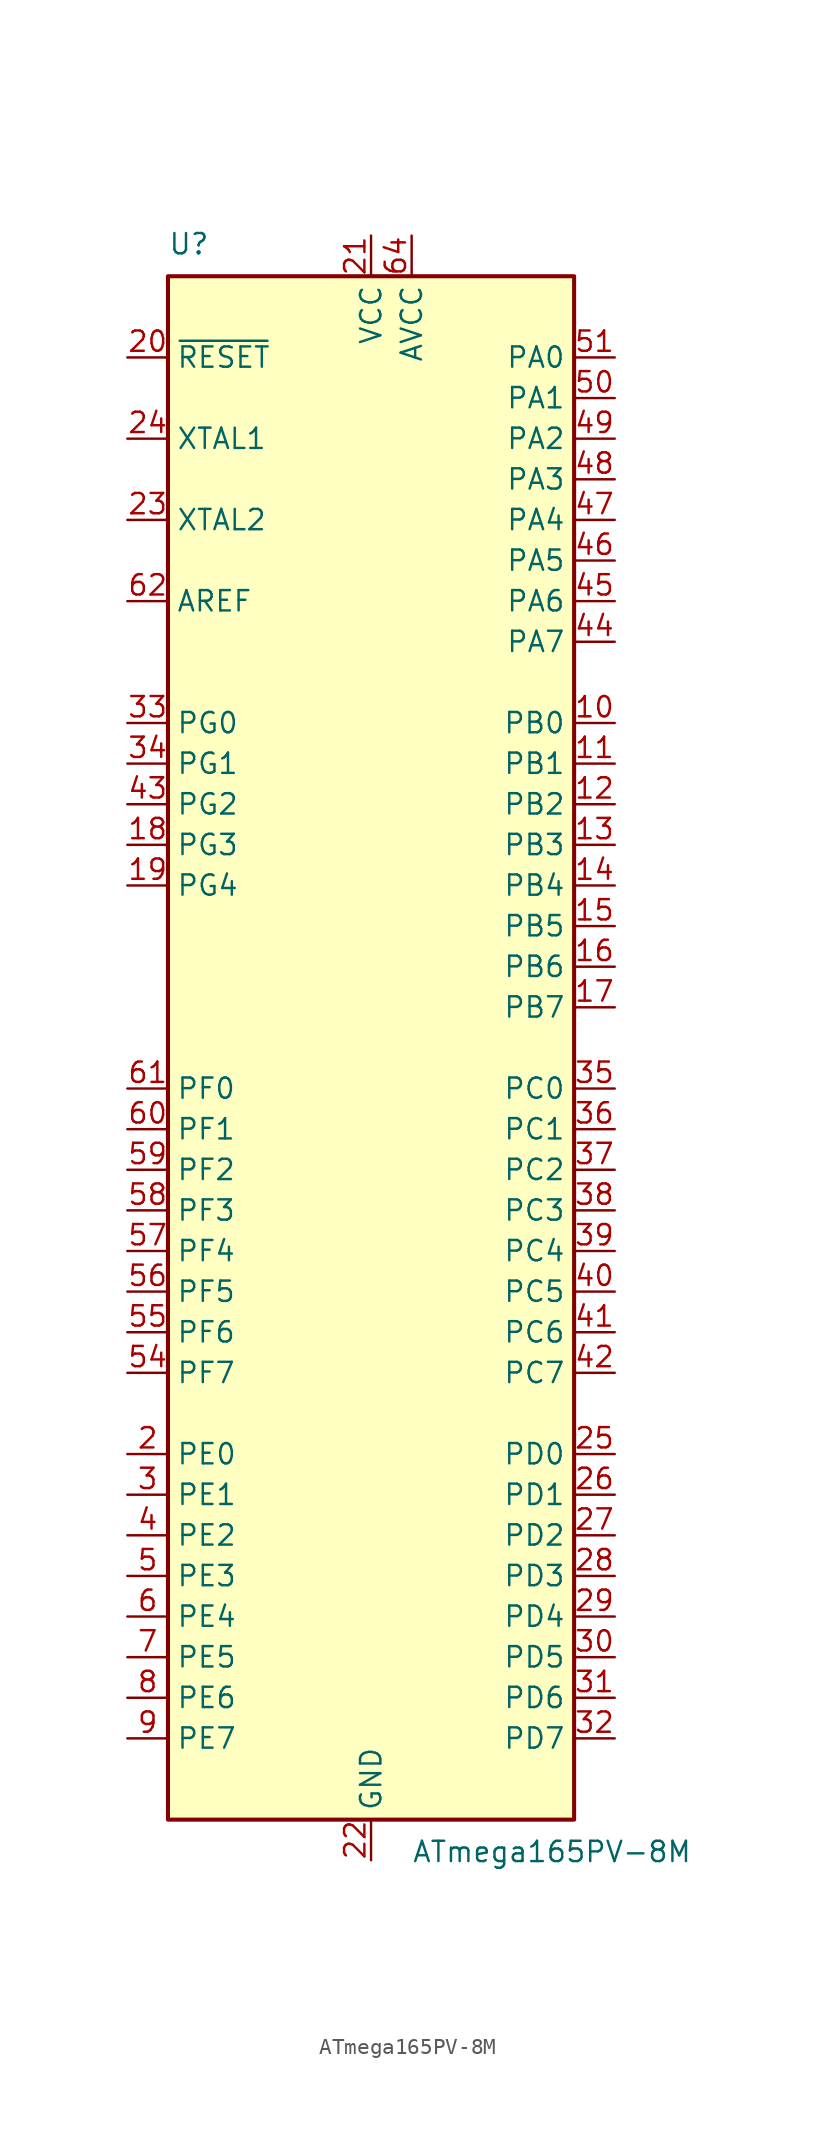
<source format=kicad_sym>
(kicad_symbol_lib
  (version 20220914)
  (generator kicad_symbol_editor)
  (symbol "ATmega165PV-8M"
    (property "Reference" "U"
      (at -12.7 49.53 0)
      (effects (font (size 1.27 1.27)) (justify left bottom)))
    (property "Value" "ATmega165PV-8M"
      (at 2.54 -49.53 0)
      (effects (font (size 1.27 1.27)) (justify left top)))
    (symbol "ATmega165PV-8M_0_1"
      (rectangle (start -12.7 -48.26) (end 12.7 48.26) (stroke (width 0.254) (type default)) (fill (type background))))
    (symbol "ATmega165PV-8M_1_1"
      (pin no_connect line (at -12.7 -45.72 0) (length 2.54) hide (name "NC" (effects (font (size 1.27 1.27)))) (number "1" (effects (font (size 1.27 1.27)))))
      (pin bidirectional line (at 15.24 20.32 180) (length 2.54) (name "PB0" (effects (font (size 1.27 1.27)))) (number "10" (effects (font (size 1.27 1.27)))))
      (pin bidirectional line (at 15.24 17.78 180) (length 2.54) (name "PB1" (effects (font (size 1.27 1.27)))) (number "11" (effects (font (size 1.27 1.27)))))
      (pin bidirectional line (at 15.24 15.24 180) (length 2.54) (name "PB2" (effects (font (size 1.27 1.27)))) (number "12" (effects (font (size 1.27 1.27)))))
      (pin bidirectional line (at 15.24 12.7 180) (length 2.54) (name "PB3" (effects (font (size 1.27 1.27)))) (number "13" (effects (font (size 1.27 1.27)))))
      (pin bidirectional line (at 15.24 10.16 180) (length 2.54) (name "PB4" (effects (font (size 1.27 1.27)))) (number "14" (effects (font (size 1.27 1.27)))))
      (pin bidirectional line (at 15.24 7.62 180) (length 2.54) (name "PB5" (effects (font (size 1.27 1.27)))) (number "15" (effects (font (size 1.27 1.27)))))
      (pin bidirectional line (at 15.24 5.08 180) (length 2.54) (name "PB6" (effects (font (size 1.27 1.27)))) (number "16" (effects (font (size 1.27 1.27)))))
      (pin bidirectional line (at 15.24 2.54 180) (length 2.54) (name "PB7" (effects (font (size 1.27 1.27)))) (number "17" (effects (font (size 1.27 1.27)))))
      (pin bidirectional line (at -15.24 12.7 0) (length 2.54) (name "PG3" (effects (font (size 1.27 1.27)))) (number "18" (effects (font (size 1.27 1.27)))))
      (pin bidirectional line (at -15.24 10.16 0) (length 2.54) (name "PG4" (effects (font (size 1.27 1.27)))) (number "19" (effects (font (size 1.27 1.27)))))
      (pin bidirectional line (at -15.24 -25.4 0) (length 2.54) (name "PE0" (effects (font (size 1.27 1.27)))) (number "2" (effects (font (size 1.27 1.27)))))
      (pin input line (at -15.24 43.18 0) (length 2.54) (name "~{RESET}" (effects (font (size 1.27 1.27)))) (number "20" (effects (font (size 1.27 1.27)))))
      (pin power_in line (at 0 50.8 270) (length 2.54) (name "VCC" (effects (font (size 1.27 1.27)))) (number "21" (effects (font (size 1.27 1.27)))))
      (pin power_in line (at 0 -50.8 90) (length 2.54) (name "GND" (effects (font (size 1.27 1.27)))) (number "22" (effects (font (size 1.27 1.27)))))
      (pin output line (at -15.24 33.02 0) (length 2.54) (name "XTAL2" (effects (font (size 1.27 1.27)))) (number "23" (effects (font (size 1.27 1.27)))))
      (pin input line (at -15.24 38.1 0) (length 2.54) (name "XTAL1" (effects (font (size 1.27 1.27)))) (number "24" (effects (font (size 1.27 1.27)))))
      (pin bidirectional line (at 15.24 -25.4 180) (length 2.54) (name "PD0" (effects (font (size 1.27 1.27)))) (number "25" (effects (font (size 1.27 1.27)))))
      (pin bidirectional line (at 15.24 -27.94 180) (length 2.54) (name "PD1" (effects (font (size 1.27 1.27)))) (number "26" (effects (font (size 1.27 1.27)))))
      (pin bidirectional line (at 15.24 -30.48 180) (length 2.54) (name "PD2" (effects (font (size 1.27 1.27)))) (number "27" (effects (font (size 1.27 1.27)))))
      (pin bidirectional line (at 15.24 -33.02 180) (length 2.54) (name "PD3" (effects (font (size 1.27 1.27)))) (number "28" (effects (font (size 1.27 1.27)))))
      (pin bidirectional line (at 15.24 -35.56 180) (length 2.54) (name "PD4" (effects (font (size 1.27 1.27)))) (number "29" (effects (font (size 1.27 1.27)))))
      (pin bidirectional line (at -15.24 -27.94 0) (length 2.54) (name "PE1" (effects (font (size 1.27 1.27)))) (number "3" (effects (font (size 1.27 1.27)))))
      (pin bidirectional line (at 15.24 -38.1 180) (length 2.54) (name "PD5" (effects (font (size 1.27 1.27)))) (number "30" (effects (font (size 1.27 1.27)))))
      (pin bidirectional line (at 15.24 -40.64 180) (length 2.54) (name "PD6" (effects (font (size 1.27 1.27)))) (number "31" (effects (font (size 1.27 1.27)))))
      (pin bidirectional line (at 15.24 -43.18 180) (length 2.54) (name "PD7" (effects (font (size 1.27 1.27)))) (number "32" (effects (font (size 1.27 1.27)))))
      (pin bidirectional line (at -15.24 20.32 0) (length 2.54) (name "PG0" (effects (font (size 1.27 1.27)))) (number "33" (effects (font (size 1.27 1.27)))))
      (pin bidirectional line (at -15.24 17.78 0) (length 2.54) (name "PG1" (effects (font (size 1.27 1.27)))) (number "34" (effects (font (size 1.27 1.27)))))
      (pin bidirectional line (at 15.24 -2.54 180) (length 2.54) (name "PC0" (effects (font (size 1.27 1.27)))) (number "35" (effects (font (size 1.27 1.27)))))
      (pin bidirectional line (at 15.24 -5.08 180) (length 2.54) (name "PC1" (effects (font (size 1.27 1.27)))) (number "36" (effects (font (size 1.27 1.27)))))
      (pin bidirectional line (at 15.24 -7.62 180) (length 2.54) (name "PC2" (effects (font (size 1.27 1.27)))) (number "37" (effects (font (size 1.27 1.27)))))
      (pin bidirectional line (at 15.24 -10.16 180) (length 2.54) (name "PC3" (effects (font (size 1.27 1.27)))) (number "38" (effects (font (size 1.27 1.27)))))
      (pin bidirectional line (at 15.24 -12.7 180) (length 2.54) (name "PC4" (effects (font (size 1.27 1.27)))) (number "39" (effects (font (size 1.27 1.27)))))
      (pin bidirectional line (at -15.24 -30.48 0) (length 2.54) (name "PE2" (effects (font (size 1.27 1.27)))) (number "4" (effects (font (size 1.27 1.27)))))
      (pin bidirectional line (at 15.24 -15.24 180) (length 2.54) (name "PC5" (effects (font (size 1.27 1.27)))) (number "40" (effects (font (size 1.27 1.27)))))
      (pin bidirectional line (at 15.24 -17.78 180) (length 2.54) (name "PC6" (effects (font (size 1.27 1.27)))) (number "41" (effects (font (size 1.27 1.27)))))
      (pin bidirectional line (at 15.24 -20.32 180) (length 2.54) (name "PC7" (effects (font (size 1.27 1.27)))) (number "42" (effects (font (size 1.27 1.27)))))
      (pin bidirectional line (at -15.24 15.24 0) (length 2.54) (name "PG2" (effects (font (size 1.27 1.27)))) (number "43" (effects (font (size 1.27 1.27)))))
      (pin bidirectional line (at 15.24 25.4 180) (length 2.54) (name "PA7" (effects (font (size 1.27 1.27)))) (number "44" (effects (font (size 1.27 1.27)))))
      (pin bidirectional line (at 15.24 27.94 180) (length 2.54) (name "PA6" (effects (font (size 1.27 1.27)))) (number "45" (effects (font (size 1.27 1.27)))))
      (pin bidirectional line (at 15.24 30.48 180) (length 2.54) (name "PA5" (effects (font (size 1.27 1.27)))) (number "46" (effects (font (size 1.27 1.27)))))
      (pin bidirectional line (at 15.24 33.02 180) (length 2.54) (name "PA4" (effects (font (size 1.27 1.27)))) (number "47" (effects (font (size 1.27 1.27)))))
      (pin bidirectional line (at 15.24 35.56 180) (length 2.54) (name "PA3" (effects (font (size 1.27 1.27)))) (number "48" (effects (font (size 1.27 1.27)))))
      (pin bidirectional line (at 15.24 38.1 180) (length 2.54) (name "PA2" (effects (font (size 1.27 1.27)))) (number "49" (effects (font (size 1.27 1.27)))))
      (pin bidirectional line (at -15.24 -33.02 0) (length 2.54) (name "PE3" (effects (font (size 1.27 1.27)))) (number "5" (effects (font (size 1.27 1.27)))))
      (pin bidirectional line (at 15.24 40.64 180) (length 2.54) (name "PA1" (effects (font (size 1.27 1.27)))) (number "50" (effects (font (size 1.27 1.27)))))
      (pin bidirectional line (at 15.24 43.18 180) (length 2.54) (name "PA0" (effects (font (size 1.27 1.27)))) (number "51" (effects (font (size 1.27 1.27)))))
      (pin passive line (at 0 50.8 270) (length 2.54) hide (name "VCC" (effects (font (size 1.27 1.27)))) (number "52" (effects (font (size 1.27 1.27)))))
      (pin passive line (at 0 -50.8 90) (length 2.54) hide (name "GND" (effects (font (size 1.27 1.27)))) (number "53" (effects (font (size 1.27 1.27)))))
      (pin bidirectional line (at -15.24 -20.32 0) (length 2.54) (name "PF7" (effects (font (size 1.27 1.27)))) (number "54" (effects (font (size 1.27 1.27)))))
      (pin bidirectional line (at -15.24 -17.78 0) (length 2.54) (name "PF6" (effects (font (size 1.27 1.27)))) (number "55" (effects (font (size 1.27 1.27)))))
      (pin bidirectional line (at -15.24 -15.24 0) (length 2.54) (name "PF5" (effects (font (size 1.27 1.27)))) (number "56" (effects (font (size 1.27 1.27)))))
      (pin bidirectional line (at -15.24 -12.7 0) (length 2.54) (name "PF4" (effects (font (size 1.27 1.27)))) (number "57" (effects (font (size 1.27 1.27)))))
      (pin bidirectional line (at -15.24 -10.16 0) (length 2.54) (name "PF3" (effects (font (size 1.27 1.27)))) (number "58" (effects (font (size 1.27 1.27)))))
      (pin bidirectional line (at -15.24 -7.62 0) (length 2.54) (name "PF2" (effects (font (size 1.27 1.27)))) (number "59" (effects (font (size 1.27 1.27)))))
      (pin bidirectional line (at -15.24 -35.56 0) (length 2.54) (name "PE4" (effects (font (size 1.27 1.27)))) (number "6" (effects (font (size 1.27 1.27)))))
      (pin bidirectional line (at -15.24 -5.08 0) (length 2.54) (name "PF1" (effects (font (size 1.27 1.27)))) (number "60" (effects (font (size 1.27 1.27)))))
      (pin bidirectional line (at -15.24 -2.54 0) (length 2.54) (name "PF0" (effects (font (size 1.27 1.27)))) (number "61" (effects (font (size 1.27 1.27)))))
      (pin passive line (at -15.24 27.94 0) (length 2.54) (name "AREF" (effects (font (size 1.27 1.27)))) (number "62" (effects (font (size 1.27 1.27)))))
      (pin passive line (at 0 -50.8 90) (length 2.54) hide (name "GND" (effects (font (size 1.27 1.27)))) (number "63" (effects (font (size 1.27 1.27)))))
      (pin power_in line (at 2.54 50.8 270) (length 2.54) (name "AVCC" (effects (font (size 1.27 1.27)))) (number "64" (effects (font (size 1.27 1.27)))))
      (pin passive line (at 0 -50.8 90) (length 2.54) hide (name "GND" (effects (font (size 1.27 1.27)))) (number "65" (effects (font (size 1.27 1.27)))))
      (pin bidirectional line (at -15.24 -38.1 0) (length 2.54) (name "PE5" (effects (font (size 1.27 1.27)))) (number "7" (effects (font (size 1.27 1.27)))))
      (pin bidirectional line (at -15.24 -40.64 0) (length 2.54) (name "PE6" (effects (font (size 1.27 1.27)))) (number "8" (effects (font (size 1.27 1.27)))))
      (pin bidirectional line (at -15.24 -43.18 0) (length 2.54) (name "PE7" (effects (font (size 1.27 1.27)))) (number "9" (effects (font (size 1.27 1.27))))))))
</source>
